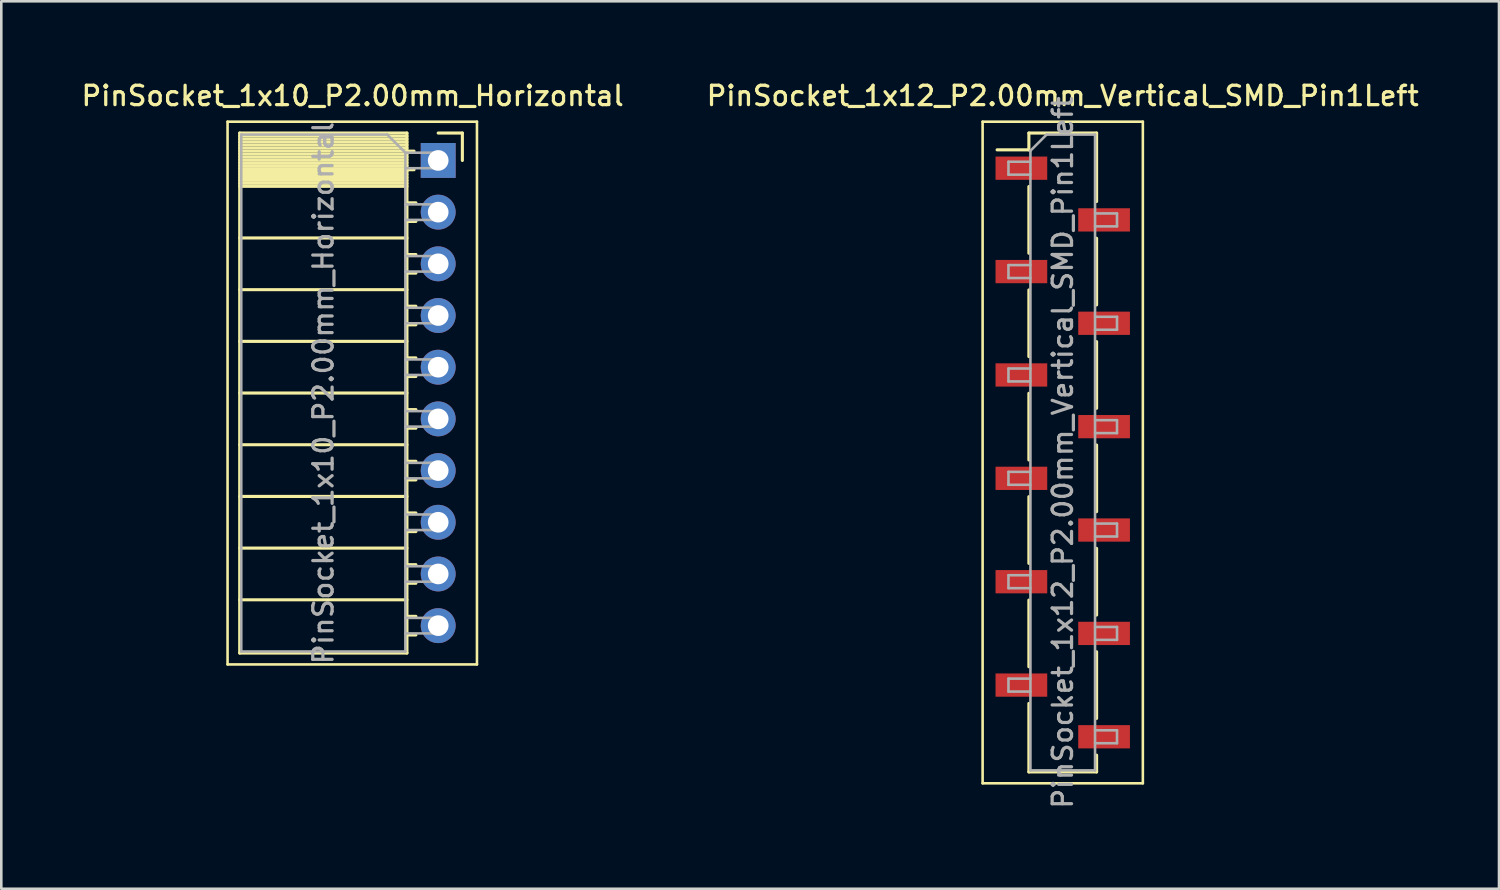
<source format=kicad_pcb>
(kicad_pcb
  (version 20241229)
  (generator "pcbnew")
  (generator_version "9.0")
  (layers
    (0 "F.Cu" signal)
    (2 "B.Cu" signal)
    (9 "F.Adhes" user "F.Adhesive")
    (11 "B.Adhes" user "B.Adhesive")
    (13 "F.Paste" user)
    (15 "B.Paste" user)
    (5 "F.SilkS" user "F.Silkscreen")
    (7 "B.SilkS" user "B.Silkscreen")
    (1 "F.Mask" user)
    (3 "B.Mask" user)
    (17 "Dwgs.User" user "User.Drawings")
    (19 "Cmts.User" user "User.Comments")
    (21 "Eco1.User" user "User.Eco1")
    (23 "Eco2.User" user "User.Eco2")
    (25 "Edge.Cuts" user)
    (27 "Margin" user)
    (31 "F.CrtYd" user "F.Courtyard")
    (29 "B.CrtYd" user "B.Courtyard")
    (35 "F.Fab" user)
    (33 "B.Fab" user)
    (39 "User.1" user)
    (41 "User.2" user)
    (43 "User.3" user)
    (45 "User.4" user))
  (footprint "PinSocket_1x12_P2.00mm_Vertical_SMD_Pin1Left"
    (layer "F.Cu")
    (at 38.07 14.458)
    (property "Reference" "PinSocket_1x12_P2.00mm_Vertical_SMD_Pin1Left" (at 0 -13.8 0) (layer "F.SilkS") (effects (font (size 0.75 0.75) (thickness 0.125))))
    (attr smd)
    (fp_line (start -3.1 -12.8) (end 3.1 -12.8) (stroke (width 0.1) (type solid)) (layer "F.SilkS"))
    (fp_line (start -3.1 12.8) (end -3.1 -12.8) (stroke (width 0.1) (type solid)) (layer "F.SilkS"))
    (fp_line (start -2.54 -11.71) (end -1.31 -11.71) (stroke (width 0.12) (type solid)) (layer "F.SilkS"))
    (fp_line (start -1.31 -12.36) (end -1.31 -11.71) (stroke (width 0.12) (type solid)) (layer "F.SilkS"))
    (fp_line (start -1.31 -12.36) (end 1.31 -12.36) (stroke (width 0.12) (type solid)) (layer "F.SilkS"))
    (fp_line (start -1.31 -10.29) (end -1.31 -7.71) (stroke (width 0.12) (type solid)) (layer "F.SilkS"))
    (fp_line (start -1.31 -6.29) (end -1.31 -3.71) (stroke (width 0.12) (type solid)) (layer "F.SilkS"))
    (fp_line (start -1.31 -2.29) (end -1.31 0.29) (stroke (width 0.12) (type solid)) (layer "F.SilkS"))
    (fp_line (start -1.31 1.71) (end -1.31 4.29) (stroke (width 0.12) (type solid)) (layer "F.SilkS"))
    (fp_line (start -1.31 5.71) (end -1.31 8.29) (stroke (width 0.12) (type solid)) (layer "F.SilkS"))
    (fp_line (start -1.31 9.71) (end -1.31 12.36) (stroke (width 0.12) (type solid)) (layer "F.SilkS"))
    (fp_line (start -1.31 12.36) (end 1.31 12.36) (stroke (width 0.12) (type solid)) (layer "F.SilkS"))
    (fp_line (start 1.31 -12.36) (end 1.31 -9.71) (stroke (width 0.12) (type solid)) (layer "F.SilkS"))
    (fp_line (start 1.31 -8.29) (end 1.31 -5.71) (stroke (width 0.12) (type solid)) (layer "F.SilkS"))
    (fp_line (start 1.31 -4.29) (end 1.31 -1.71) (stroke (width 0.12) (type solid)) (layer "F.SilkS"))
    (fp_line (start 1.31 -0.29) (end 1.31 2.29) (stroke (width 0.12) (type solid)) (layer "F.SilkS"))
    (fp_line (start 1.31 3.71) (end 1.31 6.29) (stroke (width 0.12) (type solid)) (layer "F.SilkS"))
    (fp_line (start 1.31 7.71) (end 1.31 10.29) (stroke (width 0.12) (type solid)) (layer "F.SilkS"))
    (fp_line (start 1.31 11.71) (end 1.31 12.36) (stroke (width 0.12) (type solid)) (layer "F.SilkS"))
    (fp_line (start 3.1 -12.8) (end 3.1 12.8) (stroke (width 0.1) (type solid)) (layer "F.SilkS"))
    (fp_line (start 3.1 12.8) (end -3.1 12.8) (stroke (width 0.1) (type solid)) (layer "F.SilkS"))
    (fp_line (start -2.1 -11.25) (end -1.25 -11.25) (stroke (width 0.1) (type solid)) (layer "F.Fab"))
    (fp_line (start -2.1 -10.75) (end -2.1 -11.25) (stroke (width 0.1) (type solid)) (layer "F.Fab"))
    (fp_line (start -2.1 -7.25) (end -1.25 -7.25) (stroke (width 0.1) (type solid)) (layer "F.Fab"))
    (fp_line (start -2.1 -6.75) (end -2.1 -7.25) (stroke (width 0.1) (type solid)) (layer "F.Fab"))
    (fp_line (start -2.1 -3.25) (end -1.25 -3.25) (stroke (width 0.1) (type solid)) (layer "F.Fab"))
    (fp_line (start -2.1 -2.75) (end -2.1 -3.25) (stroke (width 0.1) (type solid)) (layer "F.Fab"))
    (fp_line (start -2.1 0.75) (end -1.25 0.75) (stroke (width 0.1) (type solid)) (layer "F.Fab"))
    (fp_line (start -2.1 1.25) (end -2.1 0.75) (stroke (width 0.1) (type solid)) (layer "F.Fab"))
    (fp_line (start -2.1 4.75) (end -1.25 4.75) (stroke (width 0.1) (type solid)) (layer "F.Fab"))
    (fp_line (start -2.1 5.25) (end -2.1 4.75) (stroke (width 0.1) (type solid)) (layer "F.Fab"))
    (fp_line (start -2.1 8.75) (end -1.25 8.75) (stroke (width 0.1) (type solid)) (layer "F.Fab"))
    (fp_line (start -2.1 9.25) (end -2.1 8.75) (stroke (width 0.1) (type solid)) (layer "F.Fab"))
    (fp_line (start -1.25 -11.675) (end -0.625 -12.3) (stroke (width 0.1) (type solid)) (layer "F.Fab"))
    (fp_line (start -1.25 -10.75) (end -2.1 -10.75) (stroke (width 0.1) (type solid)) (layer "F.Fab"))
    (fp_line (start -1.25 -6.75) (end -2.1 -6.75) (stroke (width 0.1) (type solid)) (layer "F.Fab"))
    (fp_line (start -1.25 -2.75) (end -2.1 -2.75) (stroke (width 0.1) (type solid)) (layer "F.Fab"))
    (fp_line (start -1.25 1.25) (end -2.1 1.25) (stroke (width 0.1) (type solid)) (layer "F.Fab"))
    (fp_line (start -1.25 5.25) (end -2.1 5.25) (stroke (width 0.1) (type solid)) (layer "F.Fab"))
    (fp_line (start -1.25 9.25) (end -2.1 9.25) (stroke (width 0.1) (type solid)) (layer "F.Fab"))
    (fp_line (start -1.25 12.3) (end -1.25 -11.675) (stroke (width 0.1) (type solid)) (layer "F.Fab"))
    (fp_line (start -0.625 -12.3) (end 1.25 -12.3) (stroke (width 0.1) (type solid)) (layer "F.Fab"))
    (fp_line (start 1.25 -12.3) (end 1.25 12.3) (stroke (width 0.1) (type solid)) (layer "F.Fab"))
    (fp_line (start 1.25 -9.25) (end 2.1 -9.25) (stroke (width 0.1) (type solid)) (layer "F.Fab"))
    (fp_line (start 1.25 -5.25) (end 2.1 -5.25) (stroke (width 0.1) (type solid)) (layer "F.Fab"))
    (fp_line (start 1.25 -1.25) (end 2.1 -1.25) (stroke (width 0.1) (type solid)) (layer "F.Fab"))
    (fp_line (start 1.25 2.75) (end 2.1 2.75) (stroke (width 0.1) (type solid)) (layer "F.Fab"))
    (fp_line (start 1.25 6.75) (end 2.1 6.75) (stroke (width 0.1) (type solid)) (layer "F.Fab"))
    (fp_line (start 1.25 10.75) (end 2.1 10.75) (stroke (width 0.1) (type solid)) (layer "F.Fab"))
    (fp_line (start 1.25 12.3) (end -1.25 12.3) (stroke (width 0.1) (type solid)) (layer "F.Fab"))
    (fp_line (start 2.1 -9.25) (end 2.1 -8.75) (stroke (width 0.1) (type solid)) (layer "F.Fab"))
    (fp_line (start 2.1 -8.75) (end 1.25 -8.75) (stroke (width 0.1) (type solid)) (layer "F.Fab"))
    (fp_line (start 2.1 -5.25) (end 2.1 -4.75) (stroke (width 0.1) (type solid)) (layer "F.Fab"))
    (fp_line (start 2.1 -4.75) (end 1.25 -4.75) (stroke (width 0.1) (type solid)) (layer "F.Fab"))
    (fp_line (start 2.1 -1.25) (end 2.1 -0.75) (stroke (width 0.1) (type solid)) (layer "F.Fab"))
    (fp_line (start 2.1 -0.75) (end 1.25 -0.75) (stroke (width 0.1) (type solid)) (layer "F.Fab"))
    (fp_line (start 2.1 2.75) (end 2.1 3.25) (stroke (width 0.1) (type solid)) (layer "F.Fab"))
    (fp_line (start 2.1 3.25) (end 1.25 3.25) (stroke (width 0.1) (type solid)) (layer "F.Fab"))
    (fp_line (start 2.1 6.75) (end 2.1 7.25) (stroke (width 0.1) (type solid)) (layer "F.Fab"))
    (fp_line (start 2.1 7.25) (end 1.25 7.25) (stroke (width 0.1) (type solid)) (layer "F.Fab"))
    (fp_line (start 2.1 10.75) (end 2.1 11.25) (stroke (width 0.1) (type solid)) (layer "F.Fab"))
    (fp_line (start 2.1 11.25) (end 1.25 11.25) (stroke (width 0.1) (type solid)) (layer "F.Fab"))
    (fp_text user "${REFERENCE}" (at 0 0 90) (layer "F.Fab") (effects (font (size 0.75 0.75) (thickness 0.125))))
    (pad "1" smd rect (at -1.6 -11) (size 2 0.9) (layers "F.Cu" "F.Mask" "F.Paste"))
    (pad "2" smd rect (at 1.6 -9) (size 2 0.9) (layers "F.Cu" "F.Mask" "F.Paste"))
    (pad "3" smd rect (at -1.6 -7) (size 2 0.9) (layers "F.Cu" "F.Mask" "F.Paste"))
    (pad "4" smd rect (at 1.6 -5) (size 2 0.9) (layers "F.Cu" "F.Mask" "F.Paste"))
    (pad "5" smd rect (at -1.6 -3) (size 2 0.9) (layers "F.Cu" "F.Mask" "F.Paste"))
    (pad "6" smd rect (at 1.6 -1) (size 2 0.9) (layers "F.Cu" "F.Mask" "F.Paste"))
    (pad "7" smd rect (at -1.6 1) (size 2 0.9) (layers "F.Cu" "F.Mask" "F.Paste"))
    (pad "8" smd rect (at 1.6 3) (size 2 0.9) (layers "F.Cu" "F.Mask" "F.Paste"))
    (pad "9" smd rect (at -1.6 5) (size 2 0.9) (layers "F.Cu" "F.Mask" "F.Paste"))
    (pad "10" smd rect (at 1.6 7) (size 2 0.9) (layers "F.Cu" "F.Mask" "F.Paste"))
    (pad "11" smd rect (at -1.6 9) (size 2 0.9) (layers "F.Cu" "F.Mask" "F.Paste"))
    (pad "12" smd rect (at 1.6 11) (size 2 0.9) (layers "F.Cu" "F.Mask" "F.Paste")))
  (footprint "PinSocket_1x10_P2.00mm_Horizontal"
    (layer "F.Cu")
    (at 13.905 3.158)
    (property "Reference" "PinSocket_1x10_P2.00mm_Horizontal" (at -3.31 -2.5 0) (layer "F.SilkS") (effects (font (size 0.75 0.75) (thickness 0.125))))
    (attr through_hole)
    (fp_line (start -8.15 -1.5) (end -8.15 19.5) (stroke (width 0.1) (type solid)) (layer "F.SilkS"))
    (fp_line (start -8.15 19.5) (end 1.5 19.5) (stroke (width 0.1) (type solid)) (layer "F.SilkS"))
    (fp_line (start -7.68 -1.06) (end -7.68 19.06) (stroke (width 0.12) (type solid)) (layer "F.SilkS"))
    (fp_line (start -7.68 -1.06) (end -1.21 -1.06) (stroke (width 0.12) (type solid)) (layer "F.SilkS"))
    (fp_line (start -7.68 -0.94) (end -1.21 -0.94) (stroke (width 0.12) (type solid)) (layer "F.SilkS"))
    (fp_line (start -7.68 -0.826) (end -1.21 -0.826) (stroke (width 0.12) (type solid)) (layer "F.SilkS"))
    (fp_line (start -7.68 -0.712) (end -1.21 -0.712) (stroke (width 0.12) (type solid)) (layer "F.SilkS"))
    (fp_line (start -7.68 -0.598) (end -1.21 -0.598) (stroke (width 0.12) (type solid)) (layer "F.SilkS"))
    (fp_line (start -7.68 -0.484) (end -1.21 -0.484) (stroke (width 0.12) (type solid)) (layer "F.SilkS"))
    (fp_line (start -7.68 -0.369) (end -1.21 -0.369) (stroke (width 0.12) (type solid)) (layer "F.SilkS"))
    (fp_line (start -7.68 -0.255) (end -1.21 -0.255) (stroke (width 0.12) (type solid)) (layer "F.SilkS"))
    (fp_line (start -7.68 -0.141) (end -1.21 -0.141) (stroke (width 0.12) (type solid)) (layer "F.SilkS"))
    (fp_line (start -7.68 -0.027) (end -1.21 -0.027) (stroke (width 0.12) (type solid)) (layer "F.SilkS"))
    (fp_line (start -7.68 0.087) (end -1.21 0.087) (stroke (width 0.12) (type solid)) (layer "F.SilkS"))
    (fp_line (start -7.68 0.201) (end -1.21 0.201) (stroke (width 0.12) (type solid)) (layer "F.SilkS"))
    (fp_line (start -7.68 0.315) (end -1.21 0.315) (stroke (width 0.12) (type solid)) (layer "F.SilkS"))
    (fp_line (start -7.68 0.429) (end -1.21 0.429) (stroke (width 0.12) (type solid)) (layer "F.SilkS"))
    (fp_line (start -7.68 0.544) (end -1.21 0.544) (stroke (width 0.12) (type solid)) (layer "F.SilkS"))
    (fp_line (start -7.68 0.658) (end -1.21 0.658) (stroke (width 0.12) (type solid)) (layer "F.SilkS"))
    (fp_line (start -7.68 0.772) (end -1.21 0.772) (stroke (width 0.12) (type solid)) (layer "F.SilkS"))
    (fp_line (start -7.68 0.886) (end -1.21 0.886) (stroke (width 0.12) (type solid)) (layer "F.SilkS"))
    (fp_line (start -7.68 1) (end -1.21 1) (stroke (width 0.12) (type solid)) (layer "F.SilkS"))
    (fp_line (start -7.68 3) (end -1.21 3) (stroke (width 0.12) (type solid)) (layer "F.SilkS"))
    (fp_line (start -7.68 5) (end -1.21 5) (stroke (width 0.12) (type solid)) (layer "F.SilkS"))
    (fp_line (start -7.68 7) (end -1.21 7) (stroke (width 0.12) (type solid)) (layer "F.SilkS"))
    (fp_line (start -7.68 9) (end -1.21 9) (stroke (width 0.12) (type solid)) (layer "F.SilkS"))
    (fp_line (start -7.68 11) (end -1.21 11) (stroke (width 0.12) (type solid)) (layer "F.SilkS"))
    (fp_line (start -7.68 13) (end -1.21 13) (stroke (width 0.12) (type solid)) (layer "F.SilkS"))
    (fp_line (start -7.68 15) (end -1.21 15) (stroke (width 0.12) (type solid)) (layer "F.SilkS"))
    (fp_line (start -7.68 17) (end -1.21 17) (stroke (width 0.12) (type solid)) (layer "F.SilkS"))
    (fp_line (start -7.68 19.06) (end -1.21 19.06) (stroke (width 0.12) (type solid)) (layer "F.SilkS"))
    (fp_line (start -1.21 -1.06) (end -1.21 19.06) (stroke (width 0.12) (type solid)) (layer "F.SilkS"))
    (fp_line (start -1.21 -0.36) (end -0.935 -0.36) (stroke (width 0.12) (type solid)) (layer "F.SilkS"))
    (fp_line (start -1.21 0.36) (end -0.935 0.36) (stroke (width 0.12) (type solid)) (layer "F.SilkS"))
    (fp_line (start -1.21 1.64) (end -0.863 1.64) (stroke (width 0.12) (type solid)) (layer "F.SilkS"))
    (fp_line (start -1.21 2.36) (end -0.863 2.36) (stroke (width 0.12) (type solid)) (layer "F.SilkS"))
    (fp_line (start -1.21 3.64) (end -0.863 3.64) (stroke (width 0.12) (type solid)) (layer "F.SilkS"))
    (fp_line (start -1.21 4.36) (end -0.863 4.36) (stroke (width 0.12) (type solid)) (layer "F.SilkS"))
    (fp_line (start -1.21 5.64) (end -0.863 5.64) (stroke (width 0.12) (type solid)) (layer "F.SilkS"))
    (fp_line (start -1.21 6.36) (end -0.863 6.36) (stroke (width 0.12) (type solid)) (layer "F.SilkS"))
    (fp_line (start -1.21 7.64) (end -0.863 7.64) (stroke (width 0.12) (type solid)) (layer "F.SilkS"))
    (fp_line (start -1.21 8.36) (end -0.863 8.36) (stroke (width 0.12) (type solid)) (layer "F.SilkS"))
    (fp_line (start -1.21 9.64) (end -0.863 9.64) (stroke (width 0.12) (type solid)) (layer "F.SilkS"))
    (fp_line (start -1.21 10.36) (end -0.863 10.36) (stroke (width 0.12) (type solid)) (layer "F.SilkS"))
    (fp_line (start -1.21 11.64) (end -0.863 11.64) (stroke (width 0.12) (type solid)) (layer "F.SilkS"))
    (fp_line (start -1.21 12.36) (end -0.863 12.36) (stroke (width 0.12) (type solid)) (layer "F.SilkS"))
    (fp_line (start -1.21 13.64) (end -0.863 13.64) (stroke (width 0.12) (type solid)) (layer "F.SilkS"))
    (fp_line (start -1.21 14.36) (end -0.863 14.36) (stroke (width 0.12) (type solid)) (layer "F.SilkS"))
    (fp_line (start -1.21 15.64) (end -0.863 15.64) (stroke (width 0.12) (type solid)) (layer "F.SilkS"))
    (fp_line (start -1.21 16.36) (end -0.863 16.36) (stroke (width 0.12) (type solid)) (layer "F.SilkS"))
    (fp_line (start -1.21 17.64) (end -0.863 17.64) (stroke (width 0.12) (type solid)) (layer "F.SilkS"))
    (fp_line (start -1.21 18.36) (end -0.863 18.36) (stroke (width 0.12) (type solid)) (layer "F.SilkS"))
    (fp_line (start 0 -1.06) (end 0.935 -1.06) (stroke (width 0.12) (type solid)) (layer "F.SilkS"))
    (fp_line (start 0.935 -1.06) (end 0.935 0) (stroke (width 0.12) (type solid)) (layer "F.SilkS"))
    (fp_line (start 1.5 -1.5) (end -8.15 -1.5) (stroke (width 0.1) (type solid)) (layer "F.SilkS"))
    (fp_line (start 1.5 19.5) (end 1.5 -1.5) (stroke (width 0.1) (type solid)) (layer "F.SilkS"))
    (fp_line (start -7.62 -1) (end -1.97 -1) (stroke (width 0.1) (type solid)) (layer "F.Fab"))
    (fp_line (start -7.62 19) (end -7.62 -1) (stroke (width 0.1) (type solid)) (layer "F.Fab"))
    (fp_line (start -1.97 -1) (end -1.27 -0.3) (stroke (width 0.1) (type solid)) (layer "F.Fab"))
    (fp_line (start -1.27 -0.3) (end -1.27 19) (stroke (width 0.1) (type solid)) (layer "F.Fab"))
    (fp_line (start -1.27 0.3) (end 0 0.3) (stroke (width 0.1) (type solid)) (layer "F.Fab"))
    (fp_line (start -1.27 2.3) (end 0 2.3) (stroke (width 0.1) (type solid)) (layer "F.Fab"))
    (fp_line (start -1.27 4.3) (end 0 4.3) (stroke (width 0.1) (type solid)) (layer "F.Fab"))
    (fp_line (start -1.27 6.3) (end 0 6.3) (stroke (width 0.1) (type solid)) (layer "F.Fab"))
    (fp_line (start -1.27 8.3) (end 0 8.3) (stroke (width 0.1) (type solid)) (layer "F.Fab"))
    (fp_line (start -1.27 10.3) (end 0 10.3) (stroke (width 0.1) (type solid)) (layer "F.Fab"))
    (fp_line (start -1.27 12.3) (end 0 12.3) (stroke (width 0.1) (type solid)) (layer "F.Fab"))
    (fp_line (start -1.27 14.3) (end 0 14.3) (stroke (width 0.1) (type solid)) (layer "F.Fab"))
    (fp_line (start -1.27 16.3) (end 0 16.3) (stroke (width 0.1) (type solid)) (layer "F.Fab"))
    (fp_line (start -1.27 18.3) (end 0 18.3) (stroke (width 0.1) (type solid)) (layer "F.Fab"))
    (fp_line (start -1.27 19) (end -7.62 19) (stroke (width 0.1) (type solid)) (layer "F.Fab"))
    (fp_line (start 0 -0.3) (end -1.27 -0.3) (stroke (width 0.1) (type solid)) (layer "F.Fab"))
    (fp_line (start 0 0.3) (end 0 -0.3) (stroke (width 0.1) (type solid)) (layer "F.Fab"))
    (fp_line (start 0 1.7) (end -1.27 1.7) (stroke (width 0.1) (type solid)) (layer "F.Fab"))
    (fp_line (start 0 2.3) (end 0 1.7) (stroke (width 0.1) (type solid)) (layer "F.Fab"))
    (fp_line (start 0 3.7) (end -1.27 3.7) (stroke (width 0.1) (type solid)) (layer "F.Fab"))
    (fp_line (start 0 4.3) (end 0 3.7) (stroke (width 0.1) (type solid)) (layer "F.Fab"))
    (fp_line (start 0 5.7) (end -1.27 5.7) (stroke (width 0.1) (type solid)) (layer "F.Fab"))
    (fp_line (start 0 6.3) (end 0 5.7) (stroke (width 0.1) (type solid)) (layer "F.Fab"))
    (fp_line (start 0 7.7) (end -1.27 7.7) (stroke (width 0.1) (type solid)) (layer "F.Fab"))
    (fp_line (start 0 8.3) (end 0 7.7) (stroke (width 0.1) (type solid)) (layer "F.Fab"))
    (fp_line (start 0 9.7) (end -1.27 9.7) (stroke (width 0.1) (type solid)) (layer "F.Fab"))
    (fp_line (start 0 10.3) (end 0 9.7) (stroke (width 0.1) (type solid)) (layer "F.Fab"))
    (fp_line (start 0 11.7) (end -1.27 11.7) (stroke (width 0.1) (type solid)) (layer "F.Fab"))
    (fp_line (start 0 12.3) (end 0 11.7) (stroke (width 0.1) (type solid)) (layer "F.Fab"))
    (fp_line (start 0 13.7) (end -1.27 13.7) (stroke (width 0.1) (type solid)) (layer "F.Fab"))
    (fp_line (start 0 14.3) (end 0 13.7) (stroke (width 0.1) (type solid)) (layer "F.Fab"))
    (fp_line (start 0 15.7) (end -1.27 15.7) (stroke (width 0.1) (type solid)) (layer "F.Fab"))
    (fp_line (start 0 16.3) (end 0 15.7) (stroke (width 0.1) (type solid)) (layer "F.Fab"))
    (fp_line (start 0 17.7) (end -1.27 17.7) (stroke (width 0.1) (type solid)) (layer "F.Fab"))
    (fp_line (start 0 18.3) (end 0 17.7) (stroke (width 0.1) (type solid)) (layer "F.Fab"))
    (fp_text user "${REFERENCE}" (at -4.445 9 90) (layer "F.Fab") (effects (font (size 0.75 0.75) (thickness 0.125))))
    (pad "1" thru_hole rect (at 0 0) (size 1.35 1.35) (drill 0.8) (layers "*.Cu" "*.Mask"))
    (pad "2" thru_hole oval (at 0 2) (size 1.35 1.35) (drill 0.8) (layers "*.Cu" "*.Mask"))
    (pad "3" thru_hole oval (at 0 4) (size 1.35 1.35) (drill 0.8) (layers "*.Cu" "*.Mask"))
    (pad "4" thru_hole oval (at 0 6) (size 1.35 1.35) (drill 0.8) (layers "*.Cu" "*.Mask"))
    (pad "5" thru_hole oval (at 0 8) (size 1.35 1.35) (drill 0.8) (layers "*.Cu" "*.Mask"))
    (pad "6" thru_hole oval (at 0 10) (size 1.35 1.35) (drill 0.8) (layers "*.Cu" "*.Mask"))
    (pad "7" thru_hole oval (at 0 12) (size 1.35 1.35) (drill 0.8) (layers "*.Cu" "*.Mask"))
    (pad "8" thru_hole oval (at 0 14) (size 1.35 1.35) (drill 0.8) (layers "*.Cu" "*.Mask"))
    (pad "9" thru_hole oval (at 0 16) (size 1.35 1.35) (drill 0.8) (layers "*.Cu" "*.Mask"))
    (pad "10" thru_hole oval (at 0 18) (size 1.35 1.35) (drill 0.8) (layers "*.Cu" "*.Mask")))
  (gr_rect
    (start -3 -3)
    (end 54.95 31.338)
    (stroke (width 0.1) (type default))
    (fill no)
    (layer "Edge.Cuts")))
</source>
